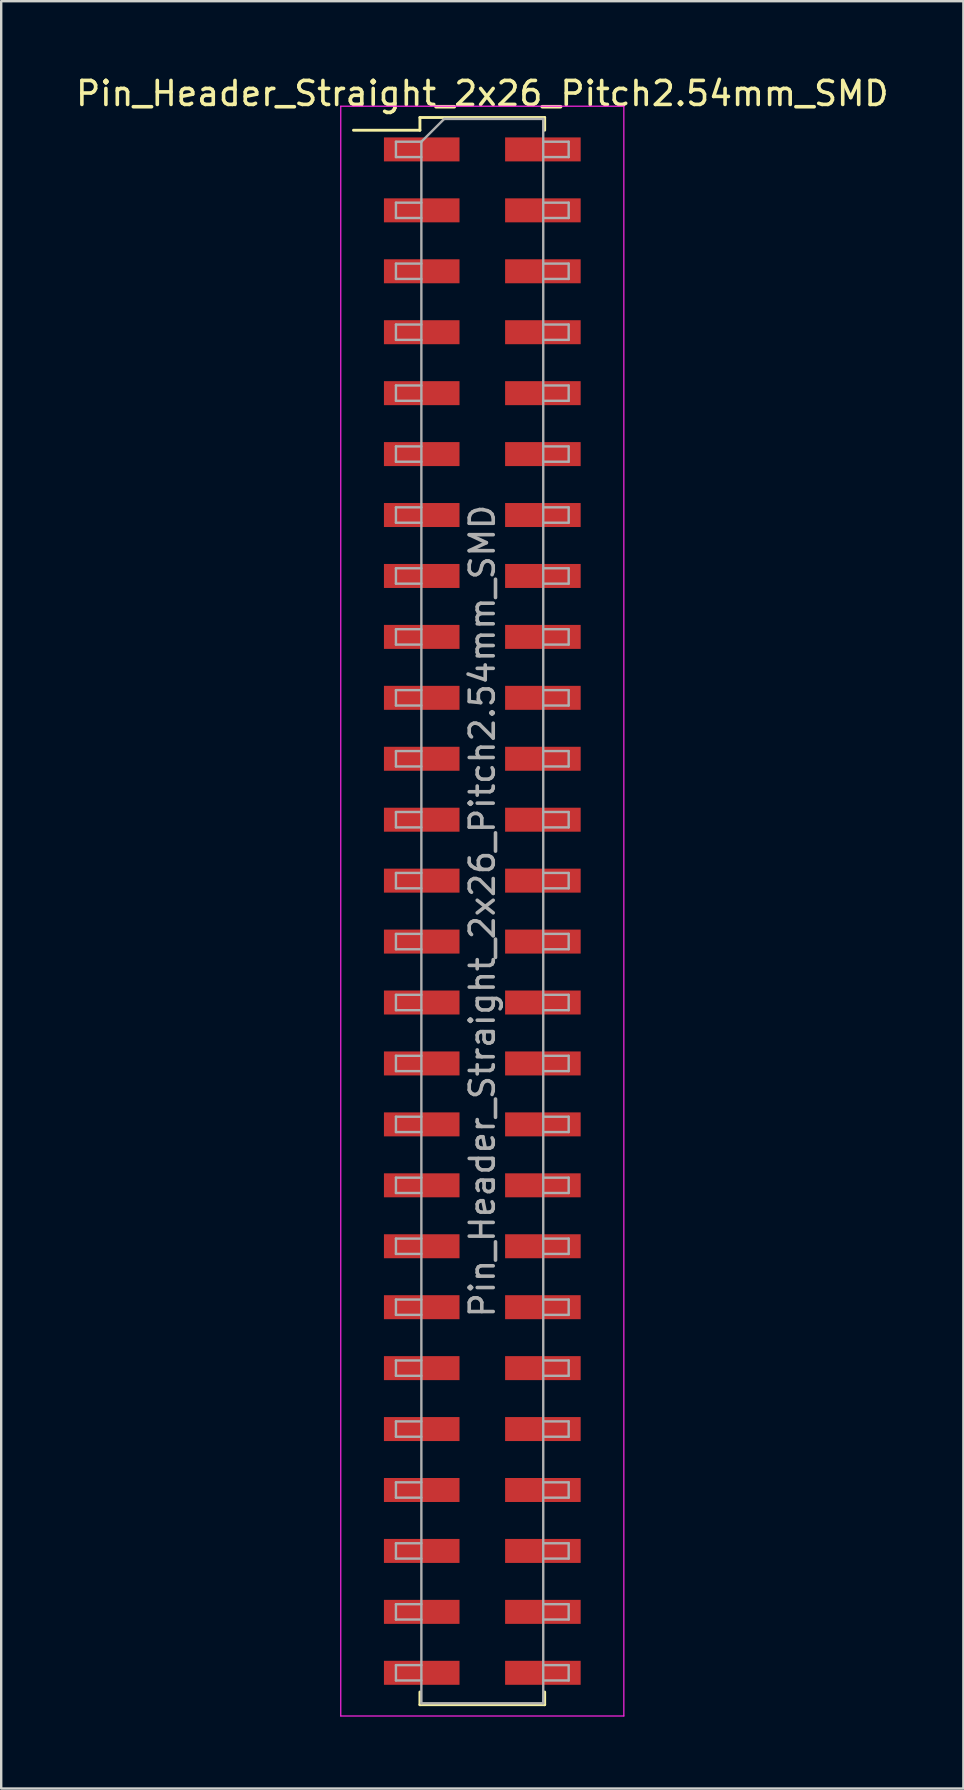
<source format=kicad_pcb>
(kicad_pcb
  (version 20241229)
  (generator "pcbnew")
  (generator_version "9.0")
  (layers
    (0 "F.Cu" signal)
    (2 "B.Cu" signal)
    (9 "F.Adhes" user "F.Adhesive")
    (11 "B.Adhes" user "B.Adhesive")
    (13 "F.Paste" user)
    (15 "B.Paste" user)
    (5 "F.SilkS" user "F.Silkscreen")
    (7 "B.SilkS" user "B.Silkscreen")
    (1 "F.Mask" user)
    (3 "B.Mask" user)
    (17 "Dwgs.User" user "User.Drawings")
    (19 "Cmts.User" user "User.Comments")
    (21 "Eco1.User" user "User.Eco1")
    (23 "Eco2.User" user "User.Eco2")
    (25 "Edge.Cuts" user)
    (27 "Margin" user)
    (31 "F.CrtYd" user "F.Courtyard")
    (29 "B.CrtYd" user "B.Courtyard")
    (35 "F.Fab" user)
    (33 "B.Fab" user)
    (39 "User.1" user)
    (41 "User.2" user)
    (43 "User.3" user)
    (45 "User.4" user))
  (footprint "Pin_Header_Straight_2x26_Pitch2.54mm_SMD"
    (layer "F.Cu")
    (at 17.054 34.928)
    (property "Reference" "Pin_Header_Straight_2x26_Pitch2.54mm_SMD" (at 0 -34.08 0) (layer "F.SilkS") (effects (font (size 1 1) (thickness 0.15))))
    (attr smd)
    (fp_line (start -5.37 -32.55) (end -2.6 -32.55) (stroke (width 0.12) (type solid)) (layer "F.SilkS"))
    (fp_line (start -2.6 -33.08) (end 2.6 -33.08) (stroke (width 0.12) (type solid)) (layer "F.SilkS"))
    (fp_line (start -2.6 -32.55) (end -2.6 -33.08) (stroke (width 0.12) (type solid)) (layer "F.SilkS"))
    (fp_line (start -2.6 32.55) (end -2.6 33.08) (stroke (width 0.12) (type solid)) (layer "F.SilkS"))
    (fp_line (start -2.6 33.08) (end 2.6 33.08) (stroke (width 0.12) (type solid)) (layer "F.SilkS"))
    (fp_line (start 2.6 -33.08) (end 2.6 -32.55) (stroke (width 0.12) (type solid)) (layer "F.SilkS"))
    (fp_line (start 2.6 33.08) (end 2.6 32.55) (stroke (width 0.12) (type solid)) (layer "F.SilkS"))
    (fp_line (start -5.9 -33.55) (end -5.9 33.55) (stroke (width 0.05) (type solid)) (layer "F.CrtYd"))
    (fp_line (start -5.9 33.55) (end 5.9 33.55) (stroke (width 0.05) (type solid)) (layer "F.CrtYd"))
    (fp_line (start 5.9 -33.55) (end -5.9 -33.55) (stroke (width 0.05) (type solid)) (layer "F.CrtYd"))
    (fp_line (start 5.9 33.55) (end 5.9 -33.55) (stroke (width 0.05) (type solid)) (layer "F.CrtYd"))
    (fp_line (start -3.6 -32.07) (end -3.6 -31.43) (stroke (width 0.1) (type solid)) (layer "F.Fab"))
    (fp_line (start -3.6 -31.43) (end -2.54 -31.43) (stroke (width 0.1) (type solid)) (layer "F.Fab"))
    (fp_line (start -3.6 -29.53) (end -3.6 -28.89) (stroke (width 0.1) (type solid)) (layer "F.Fab"))
    (fp_line (start -3.6 -28.89) (end -2.54 -28.89) (stroke (width 0.1) (type solid)) (layer "F.Fab"))
    (fp_line (start -3.6 -26.99) (end -3.6 -26.35) (stroke (width 0.1) (type solid)) (layer "F.Fab"))
    (fp_line (start -3.6 -26.35) (end -2.54 -26.35) (stroke (width 0.1) (type solid)) (layer "F.Fab"))
    (fp_line (start -3.6 -24.45) (end -3.6 -23.81) (stroke (width 0.1) (type solid)) (layer "F.Fab"))
    (fp_line (start -3.6 -23.81) (end -2.54 -23.81) (stroke (width 0.1) (type solid)) (layer "F.Fab"))
    (fp_line (start -3.6 -21.91) (end -3.6 -21.27) (stroke (width 0.1) (type solid)) (layer "F.Fab"))
    (fp_line (start -3.6 -21.27) (end -2.54 -21.27) (stroke (width 0.1) (type solid)) (layer "F.Fab"))
    (fp_line (start -3.6 -19.37) (end -3.6 -18.73) (stroke (width 0.1) (type solid)) (layer "F.Fab"))
    (fp_line (start -3.6 -18.73) (end -2.54 -18.73) (stroke (width 0.1) (type solid)) (layer "F.Fab"))
    (fp_line (start -3.6 -16.83) (end -3.6 -16.19) (stroke (width 0.1) (type solid)) (layer "F.Fab"))
    (fp_line (start -3.6 -16.19) (end -2.54 -16.19) (stroke (width 0.1) (type solid)) (layer "F.Fab"))
    (fp_line (start -3.6 -14.29) (end -3.6 -13.65) (stroke (width 0.1) (type solid)) (layer "F.Fab"))
    (fp_line (start -3.6 -13.65) (end -2.54 -13.65) (stroke (width 0.1) (type solid)) (layer "F.Fab"))
    (fp_line (start -3.6 -11.75) (end -3.6 -11.11) (stroke (width 0.1) (type solid)) (layer "F.Fab"))
    (fp_line (start -3.6 -11.11) (end -2.54 -11.11) (stroke (width 0.1) (type solid)) (layer "F.Fab"))
    (fp_line (start -3.6 -9.21) (end -3.6 -8.57) (stroke (width 0.1) (type solid)) (layer "F.Fab"))
    (fp_line (start -3.6 -8.57) (end -2.54 -8.57) (stroke (width 0.1) (type solid)) (layer "F.Fab"))
    (fp_line (start -3.6 -6.67) (end -3.6 -6.03) (stroke (width 0.1) (type solid)) (layer "F.Fab"))
    (fp_line (start -3.6 -6.03) (end -2.54 -6.03) (stroke (width 0.1) (type solid)) (layer "F.Fab"))
    (fp_line (start -3.6 -4.13) (end -3.6 -3.49) (stroke (width 0.1) (type solid)) (layer "F.Fab"))
    (fp_line (start -3.6 -3.49) (end -2.54 -3.49) (stroke (width 0.1) (type solid)) (layer "F.Fab"))
    (fp_line (start -3.6 -1.59) (end -3.6 -0.95) (stroke (width 0.1) (type solid)) (layer "F.Fab"))
    (fp_line (start -3.6 -0.95) (end -2.54 -0.95) (stroke (width 0.1) (type solid)) (layer "F.Fab"))
    (fp_line (start -3.6 0.95) (end -3.6 1.59) (stroke (width 0.1) (type solid)) (layer "F.Fab"))
    (fp_line (start -3.6 1.59) (end -2.54 1.59) (stroke (width 0.1) (type solid)) (layer "F.Fab"))
    (fp_line (start -3.6 3.49) (end -3.6 4.13) (stroke (width 0.1) (type solid)) (layer "F.Fab"))
    (fp_line (start -3.6 4.13) (end -2.54 4.13) (stroke (width 0.1) (type solid)) (layer "F.Fab"))
    (fp_line (start -3.6 6.03) (end -3.6 6.67) (stroke (width 0.1) (type solid)) (layer "F.Fab"))
    (fp_line (start -3.6 6.67) (end -2.54 6.67) (stroke (width 0.1) (type solid)) (layer "F.Fab"))
    (fp_line (start -3.6 8.57) (end -3.6 9.21) (stroke (width 0.1) (type solid)) (layer "F.Fab"))
    (fp_line (start -3.6 9.21) (end -2.54 9.21) (stroke (width 0.1) (type solid)) (layer "F.Fab"))
    (fp_line (start -3.6 11.11) (end -3.6 11.75) (stroke (width 0.1) (type solid)) (layer "F.Fab"))
    (fp_line (start -3.6 11.75) (end -2.54 11.75) (stroke (width 0.1) (type solid)) (layer "F.Fab"))
    (fp_line (start -3.6 13.65) (end -3.6 14.29) (stroke (width 0.1) (type solid)) (layer "F.Fab"))
    (fp_line (start -3.6 14.29) (end -2.54 14.29) (stroke (width 0.1) (type solid)) (layer "F.Fab"))
    (fp_line (start -3.6 16.19) (end -3.6 16.83) (stroke (width 0.1) (type solid)) (layer "F.Fab"))
    (fp_line (start -3.6 16.83) (end -2.54 16.83) (stroke (width 0.1) (type solid)) (layer "F.Fab"))
    (fp_line (start -3.6 18.73) (end -3.6 19.37) (stroke (width 0.1) (type solid)) (layer "F.Fab"))
    (fp_line (start -3.6 19.37) (end -2.54 19.37) (stroke (width 0.1) (type solid)) (layer "F.Fab"))
    (fp_line (start -3.6 21.27) (end -3.6 21.91) (stroke (width 0.1) (type solid)) (layer "F.Fab"))
    (fp_line (start -3.6 21.91) (end -2.54 21.91) (stroke (width 0.1) (type solid)) (layer "F.Fab"))
    (fp_line (start -3.6 23.81) (end -3.6 24.45) (stroke (width 0.1) (type solid)) (layer "F.Fab"))
    (fp_line (start -3.6 24.45) (end -2.54 24.45) (stroke (width 0.1) (type solid)) (layer "F.Fab"))
    (fp_line (start -3.6 26.35) (end -3.6 26.99) (stroke (width 0.1) (type solid)) (layer "F.Fab"))
    (fp_line (start -3.6 26.99) (end -2.54 26.99) (stroke (width 0.1) (type solid)) (layer "F.Fab"))
    (fp_line (start -3.6 28.89) (end -3.6 29.53) (stroke (width 0.1) (type solid)) (layer "F.Fab"))
    (fp_line (start -3.6 29.53) (end -2.54 29.53) (stroke (width 0.1) (type solid)) (layer "F.Fab"))
    (fp_line (start -3.6 31.43) (end -3.6 32.07) (stroke (width 0.1) (type solid)) (layer "F.Fab"))
    (fp_line (start -3.6 32.07) (end -2.54 32.07) (stroke (width 0.1) (type solid)) (layer "F.Fab"))
    (fp_line (start -2.54 -32.07) (end -3.6 -32.07) (stroke (width 0.1) (type solid)) (layer "F.Fab"))
    (fp_line (start -2.54 -32.07) (end -1.59 -33.02) (stroke (width 0.1) (type solid)) (layer "F.Fab"))
    (fp_line (start -2.54 -29.53) (end -3.6 -29.53) (stroke (width 0.1) (type solid)) (layer "F.Fab"))
    (fp_line (start -2.54 -26.99) (end -3.6 -26.99) (stroke (width 0.1) (type solid)) (layer "F.Fab"))
    (fp_line (start -2.54 -24.45) (end -3.6 -24.45) (stroke (width 0.1) (type solid)) (layer "F.Fab"))
    (fp_line (start -2.54 -21.91) (end -3.6 -21.91) (stroke (width 0.1) (type solid)) (layer "F.Fab"))
    (fp_line (start -2.54 -19.37) (end -3.6 -19.37) (stroke (width 0.1) (type solid)) (layer "F.Fab"))
    (fp_line (start -2.54 -16.83) (end -3.6 -16.83) (stroke (width 0.1) (type solid)) (layer "F.Fab"))
    (fp_line (start -2.54 -14.29) (end -3.6 -14.29) (stroke (width 0.1) (type solid)) (layer "F.Fab"))
    (fp_line (start -2.54 -11.75) (end -3.6 -11.75) (stroke (width 0.1) (type solid)) (layer "F.Fab"))
    (fp_line (start -2.54 -9.21) (end -3.6 -9.21) (stroke (width 0.1) (type solid)) (layer "F.Fab"))
    (fp_line (start -2.54 -6.67) (end -3.6 -6.67) (stroke (width 0.1) (type solid)) (layer "F.Fab"))
    (fp_line (start -2.54 -4.13) (end -3.6 -4.13) (stroke (width 0.1) (type solid)) (layer "F.Fab"))
    (fp_line (start -2.54 -1.59) (end -3.6 -1.59) (stroke (width 0.1) (type solid)) (layer "F.Fab"))
    (fp_line (start -2.54 0.95) (end -3.6 0.95) (stroke (width 0.1) (type solid)) (layer "F.Fab"))
    (fp_line (start -2.54 3.49) (end -3.6 3.49) (stroke (width 0.1) (type solid)) (layer "F.Fab"))
    (fp_line (start -2.54 6.03) (end -3.6 6.03) (stroke (width 0.1) (type solid)) (layer "F.Fab"))
    (fp_line (start -2.54 8.57) (end -3.6 8.57) (stroke (width 0.1) (type solid)) (layer "F.Fab"))
    (fp_line (start -2.54 11.11) (end -3.6 11.11) (stroke (width 0.1) (type solid)) (layer "F.Fab"))
    (fp_line (start -2.54 13.65) (end -3.6 13.65) (stroke (width 0.1) (type solid)) (layer "F.Fab"))
    (fp_line (start -2.54 16.19) (end -3.6 16.19) (stroke (width 0.1) (type solid)) (layer "F.Fab"))
    (fp_line (start -2.54 18.73) (end -3.6 18.73) (stroke (width 0.1) (type solid)) (layer "F.Fab"))
    (fp_line (start -2.54 21.27) (end -3.6 21.27) (stroke (width 0.1) (type solid)) (layer "F.Fab"))
    (fp_line (start -2.54 23.81) (end -3.6 23.81) (stroke (width 0.1) (type solid)) (layer "F.Fab"))
    (fp_line (start -2.54 26.35) (end -3.6 26.35) (stroke (width 0.1) (type solid)) (layer "F.Fab"))
    (fp_line (start -2.54 28.89) (end -3.6 28.89) (stroke (width 0.1) (type solid)) (layer "F.Fab"))
    (fp_line (start -2.54 31.43) (end -3.6 31.43) (stroke (width 0.1) (type solid)) (layer "F.Fab"))
    (fp_line (start -2.54 33.02) (end -2.54 -32.07) (stroke (width 0.1) (type solid)) (layer "F.Fab"))
    (fp_line (start -1.59 -33.02) (end 2.54 -33.02) (stroke (width 0.1) (type solid)) (layer "F.Fab"))
    (fp_line (start 2.54 -33.02) (end 2.54 33.02) (stroke (width 0.1) (type solid)) (layer "F.Fab"))
    (fp_line (start 2.54 -32.07) (end 3.6 -32.07) (stroke (width 0.1) (type solid)) (layer "F.Fab"))
    (fp_line (start 2.54 -29.53) (end 3.6 -29.53) (stroke (width 0.1) (type solid)) (layer "F.Fab"))
    (fp_line (start 2.54 -26.99) (end 3.6 -26.99) (stroke (width 0.1) (type solid)) (layer "F.Fab"))
    (fp_line (start 2.54 -24.45) (end 3.6 -24.45) (stroke (width 0.1) (type solid)) (layer "F.Fab"))
    (fp_line (start 2.54 -21.91) (end 3.6 -21.91) (stroke (width 0.1) (type solid)) (layer "F.Fab"))
    (fp_line (start 2.54 -19.37) (end 3.6 -19.37) (stroke (width 0.1) (type solid)) (layer "F.Fab"))
    (fp_line (start 2.54 -16.83) (end 3.6 -16.83) (stroke (width 0.1) (type solid)) (layer "F.Fab"))
    (fp_line (start 2.54 -14.29) (end 3.6 -14.29) (stroke (width 0.1) (type solid)) (layer "F.Fab"))
    (fp_line (start 2.54 -11.75) (end 3.6 -11.75) (stroke (width 0.1) (type solid)) (layer "F.Fab"))
    (fp_line (start 2.54 -9.21) (end 3.6 -9.21) (stroke (width 0.1) (type solid)) (layer "F.Fab"))
    (fp_line (start 2.54 -6.67) (end 3.6 -6.67) (stroke (width 0.1) (type solid)) (layer "F.Fab"))
    (fp_line (start 2.54 -4.13) (end 3.6 -4.13) (stroke (width 0.1) (type solid)) (layer "F.Fab"))
    (fp_line (start 2.54 -1.59) (end 3.6 -1.59) (stroke (width 0.1) (type solid)) (layer "F.Fab"))
    (fp_line (start 2.54 0.95) (end 3.6 0.95) (stroke (width 0.1) (type solid)) (layer "F.Fab"))
    (fp_line (start 2.54 3.49) (end 3.6 3.49) (stroke (width 0.1) (type solid)) (layer "F.Fab"))
    (fp_line (start 2.54 6.03) (end 3.6 6.03) (stroke (width 0.1) (type solid)) (layer "F.Fab"))
    (fp_line (start 2.54 8.57) (end 3.6 8.57) (stroke (width 0.1) (type solid)) (layer "F.Fab"))
    (fp_line (start 2.54 11.11) (end 3.6 11.11) (stroke (width 0.1) (type solid)) (layer "F.Fab"))
    (fp_line (start 2.54 13.65) (end 3.6 13.65) (stroke (width 0.1) (type solid)) (layer "F.Fab"))
    (fp_line (start 2.54 16.19) (end 3.6 16.19) (stroke (width 0.1) (type solid)) (layer "F.Fab"))
    (fp_line (start 2.54 18.73) (end 3.6 18.73) (stroke (width 0.1) (type solid)) (layer "F.Fab"))
    (fp_line (start 2.54 21.27) (end 3.6 21.27) (stroke (width 0.1) (type solid)) (layer "F.Fab"))
    (fp_line (start 2.54 23.81) (end 3.6 23.81) (stroke (width 0.1) (type solid)) (layer "F.Fab"))
    (fp_line (start 2.54 26.35) (end 3.6 26.35) (stroke (width 0.1) (type solid)) (layer "F.Fab"))
    (fp_line (start 2.54 28.89) (end 3.6 28.89) (stroke (width 0.1) (type solid)) (layer "F.Fab"))
    (fp_line (start 2.54 31.43) (end 3.6 31.43) (stroke (width 0.1) (type solid)) (layer "F.Fab"))
    (fp_line (start 2.54 33.02) (end -2.54 33.02) (stroke (width 0.1) (type solid)) (layer "F.Fab"))
    (fp_line (start 3.6 -32.07) (end 3.6 -31.43) (stroke (width 0.1) (type solid)) (layer "F.Fab"))
    (fp_line (start 3.6 -31.43) (end 2.54 -31.43) (stroke (width 0.1) (type solid)) (layer "F.Fab"))
    (fp_line (start 3.6 -29.53) (end 3.6 -28.89) (stroke (width 0.1) (type solid)) (layer "F.Fab"))
    (fp_line (start 3.6 -28.89) (end 2.54 -28.89) (stroke (width 0.1) (type solid)) (layer "F.Fab"))
    (fp_line (start 3.6 -26.99) (end 3.6 -26.35) (stroke (width 0.1) (type solid)) (layer "F.Fab"))
    (fp_line (start 3.6 -26.35) (end 2.54 -26.35) (stroke (width 0.1) (type solid)) (layer "F.Fab"))
    (fp_line (start 3.6 -24.45) (end 3.6 -23.81) (stroke (width 0.1) (type solid)) (layer "F.Fab"))
    (fp_line (start 3.6 -23.81) (end 2.54 -23.81) (stroke (width 0.1) (type solid)) (layer "F.Fab"))
    (fp_line (start 3.6 -21.91) (end 3.6 -21.27) (stroke (width 0.1) (type solid)) (layer "F.Fab"))
    (fp_line (start 3.6 -21.27) (end 2.54 -21.27) (stroke (width 0.1) (type solid)) (layer "F.Fab"))
    (fp_line (start 3.6 -19.37) (end 3.6 -18.73) (stroke (width 0.1) (type solid)) (layer "F.Fab"))
    (fp_line (start 3.6 -18.73) (end 2.54 -18.73) (stroke (width 0.1) (type solid)) (layer "F.Fab"))
    (fp_line (start 3.6 -16.83) (end 3.6 -16.19) (stroke (width 0.1) (type solid)) (layer "F.Fab"))
    (fp_line (start 3.6 -16.19) (end 2.54 -16.19) (stroke (width 0.1) (type solid)) (layer "F.Fab"))
    (fp_line (start 3.6 -14.29) (end 3.6 -13.65) (stroke (width 0.1) (type solid)) (layer "F.Fab"))
    (fp_line (start 3.6 -13.65) (end 2.54 -13.65) (stroke (width 0.1) (type solid)) (layer "F.Fab"))
    (fp_line (start 3.6 -11.75) (end 3.6 -11.11) (stroke (width 0.1) (type solid)) (layer "F.Fab"))
    (fp_line (start 3.6 -11.11) (end 2.54 -11.11) (stroke (width 0.1) (type solid)) (layer "F.Fab"))
    (fp_line (start 3.6 -9.21) (end 3.6 -8.57) (stroke (width 0.1) (type solid)) (layer "F.Fab"))
    (fp_line (start 3.6 -8.57) (end 2.54 -8.57) (stroke (width 0.1) (type solid)) (layer "F.Fab"))
    (fp_line (start 3.6 -6.67) (end 3.6 -6.03) (stroke (width 0.1) (type solid)) (layer "F.Fab"))
    (fp_line (start 3.6 -6.03) (end 2.54 -6.03) (stroke (width 0.1) (type solid)) (layer "F.Fab"))
    (fp_line (start 3.6 -4.13) (end 3.6 -3.49) (stroke (width 0.1) (type solid)) (layer "F.Fab"))
    (fp_line (start 3.6 -3.49) (end 2.54 -3.49) (stroke (width 0.1) (type solid)) (layer "F.Fab"))
    (fp_line (start 3.6 -1.59) (end 3.6 -0.95) (stroke (width 0.1) (type solid)) (layer "F.Fab"))
    (fp_line (start 3.6 -0.95) (end 2.54 -0.95) (stroke (width 0.1) (type solid)) (layer "F.Fab"))
    (fp_line (start 3.6 0.95) (end 3.6 1.59) (stroke (width 0.1) (type solid)) (layer "F.Fab"))
    (fp_line (start 3.6 1.59) (end 2.54 1.59) (stroke (width 0.1) (type solid)) (layer "F.Fab"))
    (fp_line (start 3.6 3.49) (end 3.6 4.13) (stroke (width 0.1) (type solid)) (layer "F.Fab"))
    (fp_line (start 3.6 4.13) (end 2.54 4.13) (stroke (width 0.1) (type solid)) (layer "F.Fab"))
    (fp_line (start 3.6 6.03) (end 3.6 6.67) (stroke (width 0.1) (type solid)) (layer "F.Fab"))
    (fp_line (start 3.6 6.67) (end 2.54 6.67) (stroke (width 0.1) (type solid)) (layer "F.Fab"))
    (fp_line (start 3.6 8.57) (end 3.6 9.21) (stroke (width 0.1) (type solid)) (layer "F.Fab"))
    (fp_line (start 3.6 9.21) (end 2.54 9.21) (stroke (width 0.1) (type solid)) (layer "F.Fab"))
    (fp_line (start 3.6 11.11) (end 3.6 11.75) (stroke (width 0.1) (type solid)) (layer "F.Fab"))
    (fp_line (start 3.6 11.75) (end 2.54 11.75) (stroke (width 0.1) (type solid)) (layer "F.Fab"))
    (fp_line (start 3.6 13.65) (end 3.6 14.29) (stroke (width 0.1) (type solid)) (layer "F.Fab"))
    (fp_line (start 3.6 14.29) (end 2.54 14.29) (stroke (width 0.1) (type solid)) (layer "F.Fab"))
    (fp_line (start 3.6 16.19) (end 3.6 16.83) (stroke (width 0.1) (type solid)) (layer "F.Fab"))
    (fp_line (start 3.6 16.83) (end 2.54 16.83) (stroke (width 0.1) (type solid)) (layer "F.Fab"))
    (fp_line (start 3.6 18.73) (end 3.6 19.37) (stroke (width 0.1) (type solid)) (layer "F.Fab"))
    (fp_line (start 3.6 19.37) (end 2.54 19.37) (stroke (width 0.1) (type solid)) (layer "F.Fab"))
    (fp_line (start 3.6 21.27) (end 3.6 21.91) (stroke (width 0.1) (type solid)) (layer "F.Fab"))
    (fp_line (start 3.6 21.91) (end 2.54 21.91) (stroke (width 0.1) (type solid)) (layer "F.Fab"))
    (fp_line (start 3.6 23.81) (end 3.6 24.45) (stroke (width 0.1) (type solid)) (layer "F.Fab"))
    (fp_line (start 3.6 24.45) (end 2.54 24.45) (stroke (width 0.1) (type solid)) (layer "F.Fab"))
    (fp_line (start 3.6 26.35) (end 3.6 26.99) (stroke (width 0.1) (type solid)) (layer "F.Fab"))
    (fp_line (start 3.6 26.99) (end 2.54 26.99) (stroke (width 0.1) (type solid)) (layer "F.Fab"))
    (fp_line (start 3.6 28.89) (end 3.6 29.53) (stroke (width 0.1) (type solid)) (layer "F.Fab"))
    (fp_line (start 3.6 29.53) (end 2.54 29.53) (stroke (width 0.1) (type solid)) (layer "F.Fab"))
    (fp_line (start 3.6 31.43) (end 3.6 32.07) (stroke (width 0.1) (type solid)) (layer "F.Fab"))
    (fp_line (start 3.6 32.07) (end 2.54 32.07) (stroke (width 0.1) (type solid)) (layer "F.Fab"))
    (fp_text user "${REFERENCE}" (at 0 0 90) (layer "F.Fab") (effects (font (size 1 1) (thickness 0.15))))
    (pad "1" smd rect (at -2.525 -31.75) (size 3.15 1) (layers "F.Cu" "F.Mask" "F.Paste"))
    (pad "2" smd rect (at 2.525 -31.75) (size 3.15 1) (layers "F.Cu" "F.Mask" "F.Paste"))
    (pad "3" smd rect (at -2.525 -29.21) (size 3.15 1) (layers "F.Cu" "F.Mask" "F.Paste"))
    (pad "4" smd rect (at 2.525 -29.21) (size 3.15 1) (layers "F.Cu" "F.Mask" "F.Paste"))
    (pad "5" smd rect (at -2.525 -26.67) (size 3.15 1) (layers "F.Cu" "F.Mask" "F.Paste"))
    (pad "6" smd rect (at 2.525 -26.67) (size 3.15 1) (layers "F.Cu" "F.Mask" "F.Paste"))
    (pad "7" smd rect (at -2.525 -24.13) (size 3.15 1) (layers "F.Cu" "F.Mask" "F.Paste"))
    (pad "8" smd rect (at 2.525 -24.13) (size 3.15 1) (layers "F.Cu" "F.Mask" "F.Paste"))
    (pad "9" smd rect (at -2.525 -21.59) (size 3.15 1) (layers "F.Cu" "F.Mask" "F.Paste"))
    (pad "10" smd rect (at 2.525 -21.59) (size 3.15 1) (layers "F.Cu" "F.Mask" "F.Paste"))
    (pad "11" smd rect (at -2.525 -19.05) (size 3.15 1) (layers "F.Cu" "F.Mask" "F.Paste"))
    (pad "12" smd rect (at 2.525 -19.05) (size 3.15 1) (layers "F.Cu" "F.Mask" "F.Paste"))
    (pad "13" smd rect (at -2.525 -16.51) (size 3.15 1) (layers "F.Cu" "F.Mask" "F.Paste"))
    (pad "14" smd rect (at 2.525 -16.51) (size 3.15 1) (layers "F.Cu" "F.Mask" "F.Paste"))
    (pad "15" smd rect (at -2.525 -13.97) (size 3.15 1) (layers "F.Cu" "F.Mask" "F.Paste"))
    (pad "16" smd rect (at 2.525 -13.97) (size 3.15 1) (layers "F.Cu" "F.Mask" "F.Paste"))
    (pad "17" smd rect (at -2.525 -11.43) (size 3.15 1) (layers "F.Cu" "F.Mask" "F.Paste"))
    (pad "18" smd rect (at 2.525 -11.43) (size 3.15 1) (layers "F.Cu" "F.Mask" "F.Paste"))
    (pad "19" smd rect (at -2.525 -8.89) (size 3.15 1) (layers "F.Cu" "F.Mask" "F.Paste"))
    (pad "20" smd rect (at 2.525 -8.89) (size 3.15 1) (layers "F.Cu" "F.Mask" "F.Paste"))
    (pad "21" smd rect (at -2.525 -6.35) (size 3.15 1) (layers "F.Cu" "F.Mask" "F.Paste"))
    (pad "22" smd rect (at 2.525 -6.35) (size 3.15 1) (layers "F.Cu" "F.Mask" "F.Paste"))
    (pad "23" smd rect (at -2.525 -3.81) (size 3.15 1) (layers "F.Cu" "F.Mask" "F.Paste"))
    (pad "24" smd rect (at 2.525 -3.81) (size 3.15 1) (layers "F.Cu" "F.Mask" "F.Paste"))
    (pad "25" smd rect (at -2.525 -1.27) (size 3.15 1) (layers "F.Cu" "F.Mask" "F.Paste"))
    (pad "26" smd rect (at 2.525 -1.27) (size 3.15 1) (layers "F.Cu" "F.Mask" "F.Paste"))
    (pad "27" smd rect (at -2.525 1.27) (size 3.15 1) (layers "F.Cu" "F.Mask" "F.Paste"))
    (pad "28" smd rect (at 2.525 1.27) (size 3.15 1) (layers "F.Cu" "F.Mask" "F.Paste"))
    (pad "29" smd rect (at -2.525 3.81) (size 3.15 1) (layers "F.Cu" "F.Mask" "F.Paste"))
    (pad "30" smd rect (at 2.525 3.81) (size 3.15 1) (layers "F.Cu" "F.Mask" "F.Paste"))
    (pad "31" smd rect (at -2.525 6.35) (size 3.15 1) (layers "F.Cu" "F.Mask" "F.Paste"))
    (pad "32" smd rect (at 2.525 6.35) (size 3.15 1) (layers "F.Cu" "F.Mask" "F.Paste"))
    (pad "33" smd rect (at -2.525 8.89) (size 3.15 1) (layers "F.Cu" "F.Mask" "F.Paste"))
    (pad "34" smd rect (at 2.525 8.89) (size 3.15 1) (layers "F.Cu" "F.Mask" "F.Paste"))
    (pad "35" smd rect (at -2.525 11.43) (size 3.15 1) (layers "F.Cu" "F.Mask" "F.Paste"))
    (pad "36" smd rect (at 2.525 11.43) (size 3.15 1) (layers "F.Cu" "F.Mask" "F.Paste"))
    (pad "37" smd rect (at -2.525 13.97) (size 3.15 1) (layers "F.Cu" "F.Mask" "F.Paste"))
    (pad "38" smd rect (at 2.525 13.97) (size 3.15 1) (layers "F.Cu" "F.Mask" "F.Paste"))
    (pad "39" smd rect (at -2.525 16.51) (size 3.15 1) (layers "F.Cu" "F.Mask" "F.Paste"))
    (pad "40" smd rect (at 2.525 16.51) (size 3.15 1) (layers "F.Cu" "F.Mask" "F.Paste"))
    (pad "41" smd rect (at -2.525 19.05) (size 3.15 1) (layers "F.Cu" "F.Mask" "F.Paste"))
    (pad "42" smd rect (at 2.525 19.05) (size 3.15 1) (layers "F.Cu" "F.Mask" "F.Paste"))
    (pad "43" smd rect (at -2.525 21.59) (size 3.15 1) (layers "F.Cu" "F.Mask" "F.Paste"))
    (pad "44" smd rect (at 2.525 21.59) (size 3.15 1) (layers "F.Cu" "F.Mask" "F.Paste"))
    (pad "45" smd rect (at -2.525 24.13) (size 3.15 1) (layers "F.Cu" "F.Mask" "F.Paste"))
    (pad "46" smd rect (at 2.525 24.13) (size 3.15 1) (layers "F.Cu" "F.Mask" "F.Paste"))
    (pad "47" smd rect (at -2.525 26.67) (size 3.15 1) (layers "F.Cu" "F.Mask" "F.Paste"))
    (pad "48" smd rect (at 2.525 26.67) (size 3.15 1) (layers "F.Cu" "F.Mask" "F.Paste"))
    (pad "49" smd rect (at -2.525 29.21) (size 3.15 1) (layers "F.Cu" "F.Mask" "F.Paste"))
    (pad "50" smd rect (at 2.525 29.21) (size 3.15 1) (layers "F.Cu" "F.Mask" "F.Paste"))
    (pad "51" smd rect (at -2.525 31.75) (size 3.15 1) (layers "F.Cu" "F.Mask" "F.Paste"))
    (pad "52" smd rect (at 2.525 31.75) (size 3.15 1) (layers "F.Cu" "F.Mask" "F.Paste")))
  (gr_rect
    (start -3 -3)
    (end 37.107 71.503)
    (stroke (width 0.1) (type default))
    (fill no)
    (layer "Edge.Cuts")))
</source>
